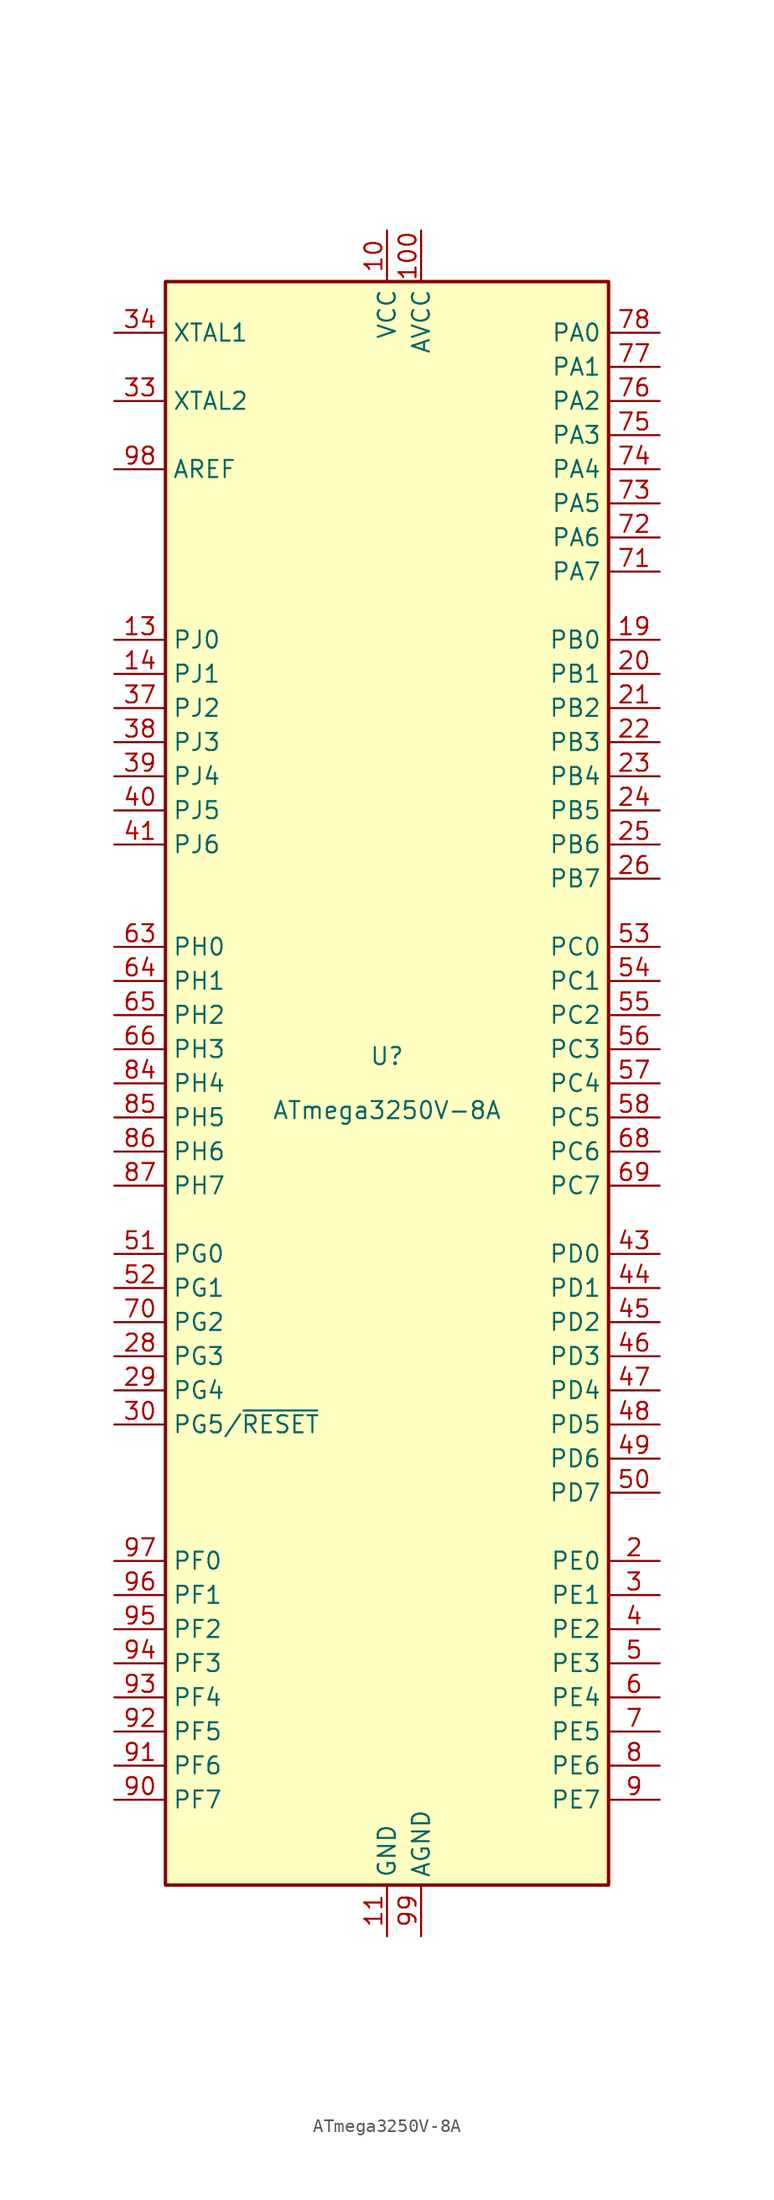
<source format=kicad_sym>
(kicad_symbol_lib
  (version 20200908)
  (generator kicad_symbol_editor)
  (symbol "MCU_Microchip_ATmega:ATmega3250V-8A"
    (property "Reference" "U"
      (at 0 1.27 0)
      (effects (font (size 1.27 1.27)) (justify bottom)))
    (property "Value" "ATmega3250V-8A"
      (at 0 -1.27 0)
      (effects (font (size 1.27 1.27)) (justify top)))
    (symbol "ATmega3250V-8A_0_1"
      (rectangle (start -16.51 -59.69) (end 16.51 59.69) (stroke (width 0.254)) (fill (type background))))
    (symbol "ATmega3250V-8A_1_1"
      (pin unconnected line (at -15.24 40.64 0) (length 2.54) hide (name "NC" (effects (font (size 1.27 1.27)))) (number "1" (effects (font (size 1.27 1.27)))))
      (pin power_in line (at 0 63.5 270) (length 3.81) (name "VCC" (effects (font (size 1.27 1.27)))) (number "10" (effects (font (size 1.27 1.27)))))
      (pin power_in line (at 2.54 63.5 270) (length 3.81) (name "AVCC" (effects (font (size 1.27 1.27)))) (number "100" (effects (font (size 1.27 1.27)))))
      (pin power_in line (at 0 -63.5 90) (length 3.81) (name "GND" (effects (font (size 1.27 1.27)))) (number "11" (effects (font (size 1.27 1.27)))))
      (pin unconnected line (at -15.24 38.1 0) (length 2.54) hide (name "NC" (effects (font (size 1.27 1.27)))) (number "12" (effects (font (size 1.27 1.27)))))
      (pin bidirectional line (at -20.32 33.02 0) (length 3.81) (name "PJ0" (effects (font (size 1.27 1.27)))) (number "13" (effects (font (size 1.27 1.27)))))
      (pin bidirectional line (at -20.32 30.48 0) (length 3.81) (name "PJ1" (effects (font (size 1.27 1.27)))) (number "14" (effects (font (size 1.27 1.27)))))
      (pin unconnected line (at -15.24 35.56 0) (length 2.54) hide (name "NC" (effects (font (size 1.27 1.27)))) (number "15" (effects (font (size 1.27 1.27)))))
      (pin unconnected line (at -15.24 15.24 0) (length 2.54) hide (name "NC" (effects (font (size 1.27 1.27)))) (number "16" (effects (font (size 1.27 1.27)))))
      (pin unconnected line (at -15.24 12.7 0) (length 2.54) hide (name "NC" (effects (font (size 1.27 1.27)))) (number "17" (effects (font (size 1.27 1.27)))))
      (pin unconnected line (at -15.24 -10.16 0) (length 2.54) hide (name "NC" (effects (font (size 1.27 1.27)))) (number "18" (effects (font (size 1.27 1.27)))))
      (pin bidirectional line (at 20.32 33.02 180) (length 3.81) (name "PB0" (effects (font (size 1.27 1.27)))) (number "19" (effects (font (size 1.27 1.27)))))
      (pin bidirectional line (at 20.32 -35.56 180) (length 3.81) (name "PE0" (effects (font (size 1.27 1.27)))) (number "2" (effects (font (size 1.27 1.27)))))
      (pin bidirectional line (at 20.32 30.48 180) (length 3.81) (name "PB1" (effects (font (size 1.27 1.27)))) (number "20" (effects (font (size 1.27 1.27)))))
      (pin bidirectional line (at 20.32 27.94 180) (length 3.81) (name "PB2" (effects (font (size 1.27 1.27)))) (number "21" (effects (font (size 1.27 1.27)))))
      (pin bidirectional line (at 20.32 25.4 180) (length 3.81) (name "PB3" (effects (font (size 1.27 1.27)))) (number "22" (effects (font (size 1.27 1.27)))))
      (pin bidirectional line (at 20.32 22.86 180) (length 3.81) (name "PB4" (effects (font (size 1.27 1.27)))) (number "23" (effects (font (size 1.27 1.27)))))
      (pin bidirectional line (at 20.32 20.32 180) (length 3.81) (name "PB5" (effects (font (size 1.27 1.27)))) (number "24" (effects (font (size 1.27 1.27)))))
      (pin bidirectional line (at 20.32 17.78 180) (length 3.81) (name "PB6" (effects (font (size 1.27 1.27)))) (number "25" (effects (font (size 1.27 1.27)))))
      (pin bidirectional line (at 20.32 15.24 180) (length 3.81) (name "PB7" (effects (font (size 1.27 1.27)))) (number "26" (effects (font (size 1.27 1.27)))))
      (pin unconnected line (at -15.24 -27.94 0) (length 2.54) hide (name "NC" (effects (font (size 1.27 1.27)))) (number "27" (effects (font (size 1.27 1.27)))))
      (pin bidirectional line (at -20.32 -20.32 0) (length 3.81) (name "PG3" (effects (font (size 1.27 1.27)))) (number "28" (effects (font (size 1.27 1.27)))))
      (pin bidirectional line (at -20.32 -22.86 0) (length 3.81) (name "PG4" (effects (font (size 1.27 1.27)))) (number "29" (effects (font (size 1.27 1.27)))))
      (pin bidirectional line (at 20.32 -38.1 180) (length 3.81) (name "PE1" (effects (font (size 1.27 1.27)))) (number "3" (effects (font (size 1.27 1.27)))))
      (pin bidirectional line (at -20.32 -25.4 0) (length 3.81) (name "PG5/~RESET" (effects (font (size 1.27 1.27)))) (number "30" (effects (font (size 1.27 1.27)))))
      (pin passive line (at 0 63.5 270) (length 3.81) hide (name "VCC" (effects (font (size 1.27 1.27)))) (number "31" (effects (font (size 1.27 1.27)))))
      (pin passive line (at 0 -63.5 90) (length 3.81) hide (name "GND" (effects (font (size 1.27 1.27)))) (number "32" (effects (font (size 1.27 1.27)))))
      (pin output line (at -20.32 50.8 0) (length 3.81) (name "XTAL2" (effects (font (size 1.27 1.27)))) (number "33" (effects (font (size 1.27 1.27)))))
      (pin input line (at -20.32 55.88 0) (length 3.81) (name "XTAL1" (effects (font (size 1.27 1.27)))) (number "34" (effects (font (size 1.27 1.27)))))
      (pin unconnected line (at -15.24 -30.48 0) (length 2.54) hide (name "NC" (effects (font (size 1.27 1.27)))) (number "35" (effects (font (size 1.27 1.27)))))
      (pin unconnected line (at -15.24 -33.02 0) (length 2.54) hide (name "NC" (effects (font (size 1.27 1.27)))) (number "36" (effects (font (size 1.27 1.27)))))
      (pin bidirectional line (at -20.32 27.94 0) (length 3.81) (name "PJ2" (effects (font (size 1.27 1.27)))) (number "37" (effects (font (size 1.27 1.27)))))
      (pin bidirectional line (at -20.32 25.4 0) (length 3.81) (name "PJ3" (effects (font (size 1.27 1.27)))) (number "38" (effects (font (size 1.27 1.27)))))
      (pin bidirectional line (at -20.32 22.86 0) (length 3.81) (name "PJ4" (effects (font (size 1.27 1.27)))) (number "39" (effects (font (size 1.27 1.27)))))
      (pin bidirectional line (at 20.32 -40.64 180) (length 3.81) (name "PE2" (effects (font (size 1.27 1.27)))) (number "4" (effects (font (size 1.27 1.27)))))
      (pin bidirectional line (at -20.32 20.32 0) (length 3.81) (name "PJ5" (effects (font (size 1.27 1.27)))) (number "40" (effects (font (size 1.27 1.27)))))
      (pin bidirectional line (at -20.32 17.78 0) (length 3.81) (name "PJ6" (effects (font (size 1.27 1.27)))) (number "41" (effects (font (size 1.27 1.27)))))
      (pin unconnected line (at -15.24 -58.42 90) (length 2.54) hide (name "NC" (effects (font (size 1.27 1.27)))) (number "42" (effects (font (size 1.27 1.27)))))
      (pin bidirectional line (at 20.32 -12.7 180) (length 3.81) (name "PD0" (effects (font (size 1.27 1.27)))) (number "43" (effects (font (size 1.27 1.27)))))
      (pin bidirectional line (at 20.32 -15.24 180) (length 3.81) (name "PD1" (effects (font (size 1.27 1.27)))) (number "44" (effects (font (size 1.27 1.27)))))
      (pin bidirectional line (at 20.32 -17.78 180) (length 3.81) (name "PD2" (effects (font (size 1.27 1.27)))) (number "45" (effects (font (size 1.27 1.27)))))
      (pin bidirectional line (at 20.32 -20.32 180) (length 3.81) (name "PD3" (effects (font (size 1.27 1.27)))) (number "46" (effects (font (size 1.27 1.27)))))
      (pin bidirectional line (at 20.32 -22.86 180) (length 3.81) (name "PD4" (effects (font (size 1.27 1.27)))) (number "47" (effects (font (size 1.27 1.27)))))
      (pin bidirectional line (at 20.32 -25.4 180) (length 3.81) (name "PD5" (effects (font (size 1.27 1.27)))) (number "48" (effects (font (size 1.27 1.27)))))
      (pin bidirectional line (at 20.32 -27.94 180) (length 3.81) (name "PD6" (effects (font (size 1.27 1.27)))) (number "49" (effects (font (size 1.27 1.27)))))
      (pin bidirectional line (at 20.32 -43.18 180) (length 3.81) (name "PE3" (effects (font (size 1.27 1.27)))) (number "5" (effects (font (size 1.27 1.27)))))
      (pin bidirectional line (at 20.32 -30.48 180) (length 3.81) (name "PD7" (effects (font (size 1.27 1.27)))) (number "50" (effects (font (size 1.27 1.27)))))
      (pin bidirectional line (at -20.32 -12.7 0) (length 3.81) (name "PG0" (effects (font (size 1.27 1.27)))) (number "51" (effects (font (size 1.27 1.27)))))
      (pin bidirectional line (at -20.32 -15.24 0) (length 3.81) (name "PG1" (effects (font (size 1.27 1.27)))) (number "52" (effects (font (size 1.27 1.27)))))
      (pin bidirectional line (at 20.32 10.16 180) (length 3.81) (name "PC0" (effects (font (size 1.27 1.27)))) (number "53" (effects (font (size 1.27 1.27)))))
      (pin bidirectional line (at 20.32 7.62 180) (length 3.81) (name "PC1" (effects (font (size 1.27 1.27)))) (number "54" (effects (font (size 1.27 1.27)))))
      (pin bidirectional line (at 20.32 5.08 180) (length 3.81) (name "PC2" (effects (font (size 1.27 1.27)))) (number "55" (effects (font (size 1.27 1.27)))))
      (pin bidirectional line (at 20.32 2.54 180) (length 3.81) (name "PC3" (effects (font (size 1.27 1.27)))) (number "56" (effects (font (size 1.27 1.27)))))
      (pin bidirectional line (at 20.32 0 180) (length 3.81) (name "PC4" (effects (font (size 1.27 1.27)))) (number "57" (effects (font (size 1.27 1.27)))))
      (pin bidirectional line (at 20.32 -2.54 180) (length 3.81) (name "PC5" (effects (font (size 1.27 1.27)))) (number "58" (effects (font (size 1.27 1.27)))))
      (pin unconnected line (at -12.7 -58.42 90) (length 2.54) hide (name "NC" (effects (font (size 1.27 1.27)))) (number "59" (effects (font (size 1.27 1.27)))))
      (pin bidirectional line (at 20.32 -45.72 180) (length 3.81) (name "PE4" (effects (font (size 1.27 1.27)))) (number "6" (effects (font (size 1.27 1.27)))))
      (pin unconnected line (at -10.16 -58.42 90) (length 2.54) hide (name "NC" (effects (font (size 1.27 1.27)))) (number "60" (effects (font (size 1.27 1.27)))))
      (pin unconnected line (at -7.62 -58.42 90) (length 2.54) hide (name "NC" (effects (font (size 1.27 1.27)))) (number "61" (effects (font (size 1.27 1.27)))))
      (pin unconnected line (at -5.08 -58.42 90) (length 2.54) hide (name "NC" (effects (font (size 1.27 1.27)))) (number "62" (effects (font (size 1.27 1.27)))))
      (pin bidirectional line (at -20.32 10.16 0) (length 3.81) (name "PH0" (effects (font (size 1.27 1.27)))) (number "63" (effects (font (size 1.27 1.27)))))
      (pin bidirectional line (at -20.32 7.62 0) (length 3.81) (name "PH1" (effects (font (size 1.27 1.27)))) (number "64" (effects (font (size 1.27 1.27)))))
      (pin bidirectional line (at -20.32 5.08 0) (length 3.81) (name "PH2" (effects (font (size 1.27 1.27)))) (number "65" (effects (font (size 1.27 1.27)))))
      (pin bidirectional line (at -20.32 2.54 0) (length 3.81) (name "PH3" (effects (font (size 1.27 1.27)))) (number "66" (effects (font (size 1.27 1.27)))))
      (pin unconnected line (at -2.54 -58.42 90) (length 2.54) hide (name "NC" (effects (font (size 1.27 1.27)))) (number "67" (effects (font (size 1.27 1.27)))))
      (pin bidirectional line (at 20.32 -5.08 180) (length 3.81) (name "PC6" (effects (font (size 1.27 1.27)))) (number "68" (effects (font (size 1.27 1.27)))))
      (pin bidirectional line (at 20.32 -7.62 180) (length 3.81) (name "PC7" (effects (font (size 1.27 1.27)))) (number "69" (effects (font (size 1.27 1.27)))))
      (pin bidirectional line (at 20.32 -48.26 180) (length 3.81) (name "PE5" (effects (font (size 1.27 1.27)))) (number "7" (effects (font (size 1.27 1.27)))))
      (pin bidirectional line (at -20.32 -17.78 0) (length 3.81) (name "PG2" (effects (font (size 1.27 1.27)))) (number "70" (effects (font (size 1.27 1.27)))))
      (pin bidirectional line (at 20.32 38.1 180) (length 3.81) (name "PA7" (effects (font (size 1.27 1.27)))) (number "71" (effects (font (size 1.27 1.27)))))
      (pin bidirectional line (at 20.32 40.64 180) (length 3.81) (name "PA6" (effects (font (size 1.27 1.27)))) (number "72" (effects (font (size 1.27 1.27)))))
      (pin bidirectional line (at 20.32 43.18 180) (length 3.81) (name "PA5" (effects (font (size 1.27 1.27)))) (number "73" (effects (font (size 1.27 1.27)))))
      (pin bidirectional line (at 20.32 45.72 180) (length 3.81) (name "PA4" (effects (font (size 1.27 1.27)))) (number "74" (effects (font (size 1.27 1.27)))))
      (pin bidirectional line (at 20.32 48.26 180) (length 3.81) (name "PA3" (effects (font (size 1.27 1.27)))) (number "75" (effects (font (size 1.27 1.27)))))
      (pin bidirectional line (at 20.32 50.8 180) (length 3.81) (name "PA2" (effects (font (size 1.27 1.27)))) (number "76" (effects (font (size 1.27 1.27)))))
      (pin bidirectional line (at 20.32 53.34 180) (length 3.81) (name "PA1" (effects (font (size 1.27 1.27)))) (number "77" (effects (font (size 1.27 1.27)))))
      (pin bidirectional line (at 20.32 55.88 180) (length 3.81) (name "PA0" (effects (font (size 1.27 1.27)))) (number "78" (effects (font (size 1.27 1.27)))))
      (pin unconnected line (at 5.08 -58.42 90) (length 2.54) hide (name "NC" (effects (font (size 1.27 1.27)))) (number "79" (effects (font (size 1.27 1.27)))))
      (pin bidirectional line (at 20.32 -50.8 180) (length 3.81) (name "PE6" (effects (font (size 1.27 1.27)))) (number "8" (effects (font (size 1.27 1.27)))))
      (pin passive line (at 0 63.5 270) (length 3.81) hide (name "VCC" (effects (font (size 1.27 1.27)))) (number "80" (effects (font (size 1.27 1.27)))))
      (pin passive line (at 0 -63.5 90) (length 3.81) hide (name "GND" (effects (font (size 1.27 1.27)))) (number "81" (effects (font (size 1.27 1.27)))))
      (pin unconnected line (at 7.62 -58.42 90) (length 2.54) hide (name "NC" (effects (font (size 1.27 1.27)))) (number "82" (effects (font (size 1.27 1.27)))))
      (pin unconnected line (at 10.16 -58.42 90) (length 2.54) hide (name "NC" (effects (font (size 1.27 1.27)))) (number "83" (effects (font (size 1.27 1.27)))))
      (pin bidirectional line (at -20.32 0 0) (length 3.81) (name "PH4" (effects (font (size 1.27 1.27)))) (number "84" (effects (font (size 1.27 1.27)))))
      (pin bidirectional line (at -20.32 -2.54 0) (length 3.81) (name "PH5" (effects (font (size 1.27 1.27)))) (number "85" (effects (font (size 1.27 1.27)))))
      (pin bidirectional line (at -20.32 -5.08 0) (length 3.81) (name "PH6" (effects (font (size 1.27 1.27)))) (number "86" (effects (font (size 1.27 1.27)))))
      (pin bidirectional line (at -20.32 -7.62 0) (length 3.81) (name "PH7" (effects (font (size 1.27 1.27)))) (number "87" (effects (font (size 1.27 1.27)))))
      (pin unconnected line (at 12.7 -58.42 90) (length 2.54) hide (name "NC" (effects (font (size 1.27 1.27)))) (number "88" (effects (font (size 1.27 1.27)))))
      (pin unconnected line (at 15.24 -58.42 90) (length 2.54) hide (name "NC" (effects (font (size 1.27 1.27)))) (number "89" (effects (font (size 1.27 1.27)))))
      (pin bidirectional line (at 20.32 -53.34 180) (length 3.81) (name "PE7" (effects (font (size 1.27 1.27)))) (number "9" (effects (font (size 1.27 1.27)))))
      (pin bidirectional line (at -20.32 -53.34 0) (length 3.81) (name "PF7" (effects (font (size 1.27 1.27)))) (number "90" (effects (font (size 1.27 1.27)))))
      (pin bidirectional line (at -20.32 -50.8 0) (length 3.81) (name "PF6" (effects (font (size 1.27 1.27)))) (number "91" (effects (font (size 1.27 1.27)))))
      (pin bidirectional line (at -20.32 -48.26 0) (length 3.81) (name "PF5" (effects (font (size 1.27 1.27)))) (number "92" (effects (font (size 1.27 1.27)))))
      (pin bidirectional line (at -20.32 -45.72 0) (length 3.81) (name "PF4" (effects (font (size 1.27 1.27)))) (number "93" (effects (font (size 1.27 1.27)))))
      (pin bidirectional line (at -20.32 -43.18 0) (length 3.81) (name "PF3" (effects (font (size 1.27 1.27)))) (number "94" (effects (font (size 1.27 1.27)))))
      (pin bidirectional line (at -20.32 -40.64 0) (length 3.81) (name "PF2" (effects (font (size 1.27 1.27)))) (number "95" (effects (font (size 1.27 1.27)))))
      (pin bidirectional line (at -20.32 -38.1 0) (length 3.81) (name "PF1" (effects (font (size 1.27 1.27)))) (number "96" (effects (font (size 1.27 1.27)))))
      (pin bidirectional line (at -20.32 -35.56 0) (length 3.81) (name "PF0" (effects (font (size 1.27 1.27)))) (number "97" (effects (font (size 1.27 1.27)))))
      (pin passive line (at -20.32 45.72 0) (length 3.81) (name "AREF" (effects (font (size 1.27 1.27)))) (number "98" (effects (font (size 1.27 1.27)))))
      (pin power_in line (at 2.54 -63.5 90) (length 3.81) (name "AGND" (effects (font (size 1.27 1.27)))) (number "99" (effects (font (size 1.27 1.27))))))))
</source>
